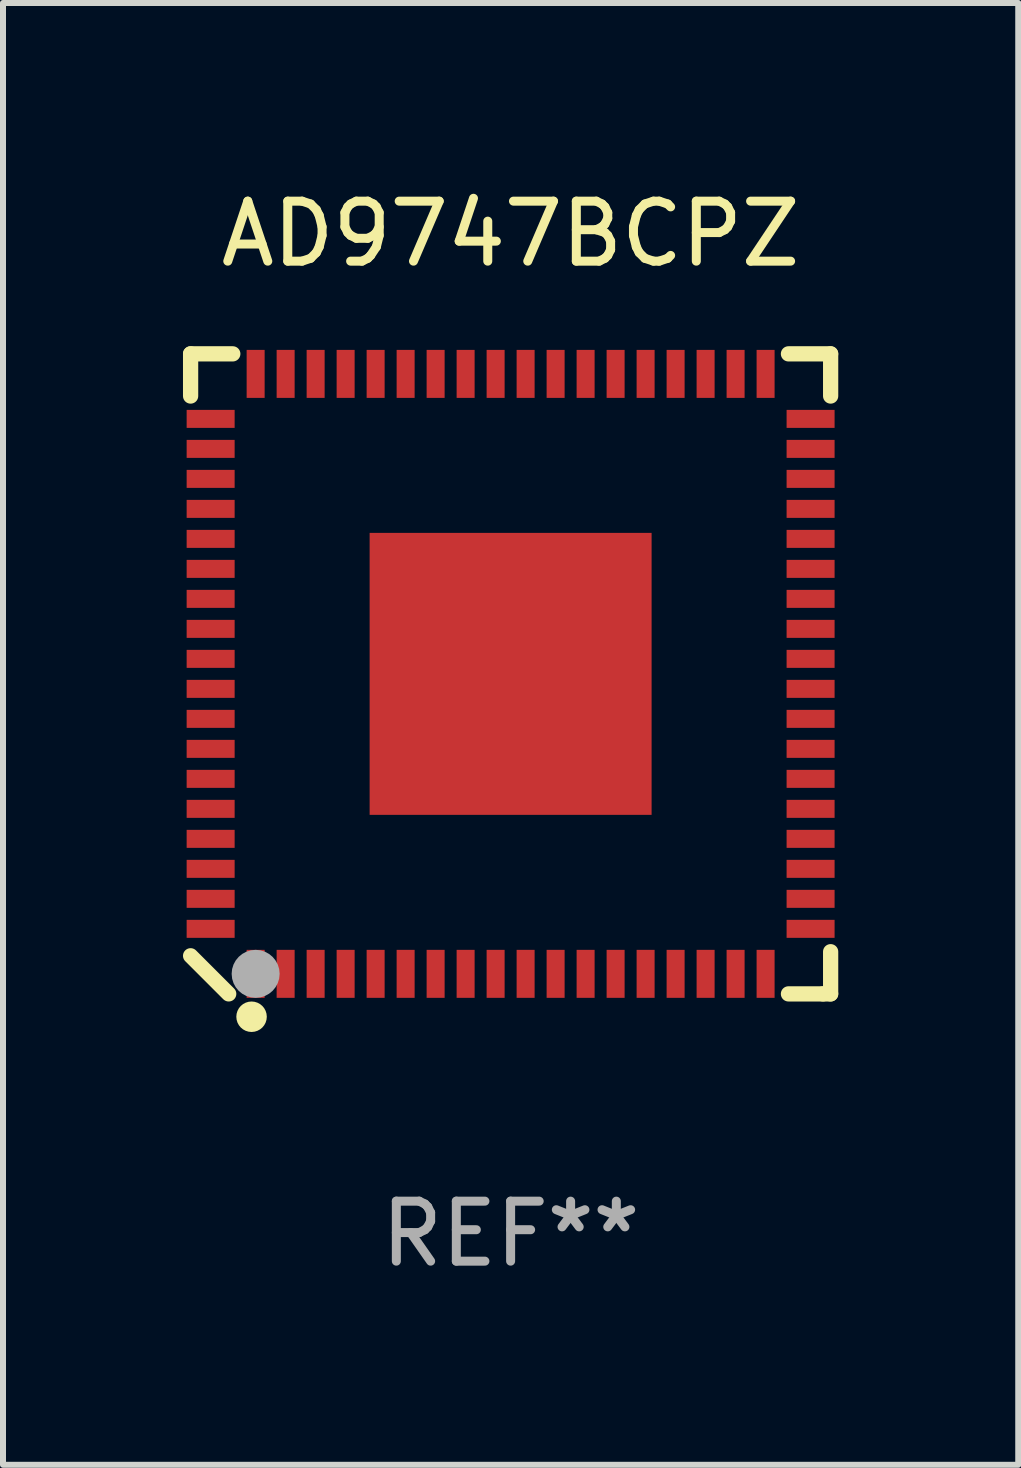
<source format=kicad_pcb>
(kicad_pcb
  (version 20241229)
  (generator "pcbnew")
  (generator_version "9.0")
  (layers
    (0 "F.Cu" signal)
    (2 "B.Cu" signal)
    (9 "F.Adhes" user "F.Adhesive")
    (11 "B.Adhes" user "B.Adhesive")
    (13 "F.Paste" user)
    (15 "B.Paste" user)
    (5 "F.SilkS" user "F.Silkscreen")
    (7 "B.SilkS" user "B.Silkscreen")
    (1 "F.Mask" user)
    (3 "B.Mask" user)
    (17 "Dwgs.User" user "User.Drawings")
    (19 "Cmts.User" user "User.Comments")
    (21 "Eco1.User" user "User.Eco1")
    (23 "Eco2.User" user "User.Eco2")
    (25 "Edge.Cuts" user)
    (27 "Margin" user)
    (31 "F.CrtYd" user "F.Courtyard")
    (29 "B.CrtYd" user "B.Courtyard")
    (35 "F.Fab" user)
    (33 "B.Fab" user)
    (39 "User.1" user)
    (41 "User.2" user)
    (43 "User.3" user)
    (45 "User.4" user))
  (footprint "AD9747BCPZ"
    (layer "F.Cu")
    (at 5.461 8.182)
    (property "Reference" "AD9747BCPZ" (at 0 -7.334 0) (layer "F.SilkS") (effects (font (size 1 1) (thickness 0.15))))
    (attr through_hole)
    (fp_line (start -5.334 -5.334) (end -4.631 -5.334) (stroke (width 0.254) (type solid)) (layer "F.SilkS"))
    (fp_line (start -5.334 -4.631) (end -5.334 -5.334) (stroke (width 0.254) (type solid)) (layer "F.SilkS"))
    (fp_line (start -5.334 4.699) (end -4.699 5.334) (stroke (width 0.254) (type solid)) (layer "F.SilkS"))
    (fp_line (start 4.631 5.334) (end 5.207 5.334) (stroke (width 0.254) (type solid)) (layer "F.SilkS"))
    (fp_line (start 5.207 5.334) (end 5.334 5.334) (stroke (width 0.254) (type solid)) (layer "F.SilkS"))
    (fp_line (start 5.334 -5.334) (end 4.631 -5.334) (stroke (width 0.254) (type solid)) (layer "F.SilkS"))
    (fp_line (start 5.334 -4.631) (end 5.334 -5.334) (stroke (width 0.254) (type solid)) (layer "F.SilkS"))
    (fp_line (start 5.334 5.334) (end 5.334 4.631) (stroke (width 0.254) (type solid)) (layer "F.SilkS"))
    (fp_circle (center -5 5) (end -4.97 5) (stroke (width 0.06) (type solid)) (fill no) (layer "F.SilkS"))
    (fp_circle (center -4.318 5.715) (end -4.191 5.715) (stroke (width 0.254) (type solid)) (fill no) (layer "F.SilkS"))
    (fp_circle (center -4.25 5) (end -4.05 5) (stroke (width 0.4) (type solid)) (fill no) (layer "F.Fab"))
    (fp_text user "REF**" (at 0 9.334 0) (layer "F.Fab") (effects (font (size 1 1) (thickness 0.15))))
    (pad "1" smd rect (at -4.25 5 90) (size 0.8 0.3) (layers "F.Cu" "F.Mask" "F.Paste"))
    (pad "2" smd rect (at -3.75 5 90) (size 0.8 0.3) (layers "F.Cu" "F.Mask" "F.Paste"))
    (pad "3" smd rect (at -3.25 5 90) (size 0.8 0.3) (layers "F.Cu" "F.Mask" "F.Paste"))
    (pad "4" smd rect (at -2.75 5 90) (size 0.8 0.3) (layers "F.Cu" "F.Mask" "F.Paste"))
    (pad "5" smd rect (at -2.25 5 90) (size 0.8 0.3) (layers "F.Cu" "F.Mask" "F.Paste"))
    (pad "6" smd rect (at -1.75 5 90) (size 0.8 0.3) (layers "F.Cu" "F.Mask" "F.Paste"))
    (pad "7" smd rect (at -1.25 5 90) (size 0.8 0.3) (layers "F.Cu" "F.Mask" "F.Paste"))
    (pad "8" smd rect (at -0.75 5 90) (size 0.8 0.3) (layers "F.Cu" "F.Mask" "F.Paste"))
    (pad "9" smd rect (at -0.25 5 90) (size 0.8 0.3) (layers "F.Cu" "F.Mask" "F.Paste"))
    (pad "10" smd rect (at 0.25 5 90) (size 0.8 0.3) (layers "F.Cu" "F.Mask" "F.Paste"))
    (pad "11" smd rect (at 0.75 5 90) (size 0.8 0.3) (layers "F.Cu" "F.Mask" "F.Paste"))
    (pad "12" smd rect (at 1.25 5 90) (size 0.8 0.3) (layers "F.Cu" "F.Mask" "F.Paste"))
    (pad "13" smd rect (at 1.75 5 90) (size 0.8 0.3) (layers "F.Cu" "F.Mask" "F.Paste"))
    (pad "14" smd rect (at 2.25 5 90) (size 0.8 0.3) (layers "F.Cu" "F.Mask" "F.Paste"))
    (pad "15" smd rect (at 2.75 5 90) (size 0.8 0.3) (layers "F.Cu" "F.Mask" "F.Paste"))
    (pad "16" smd rect (at 3.25 5 90) (size 0.8 0.3) (layers "F.Cu" "F.Mask" "F.Paste"))
    (pad "17" smd rect (at 3.75 5 90) (size 0.8 0.3) (layers "F.Cu" "F.Mask" "F.Paste"))
    (pad "18" smd rect (at 4.25 5 90) (size 0.8 0.3) (layers "F.Cu" "F.Mask" "F.Paste"))
    (pad "19" smd rect (at 5 4.25 180) (size 0.8 0.3) (layers "F.Cu" "F.Mask" "F.Paste"))
    (pad "20" smd rect (at 5 3.75 180) (size 0.8 0.3) (layers "F.Cu" "F.Mask" "F.Paste"))
    (pad "21" smd rect (at 5 3.25 180) (size 0.8 0.3) (layers "F.Cu" "F.Mask" "F.Paste"))
    (pad "22" smd rect (at 5 2.75 180) (size 0.8 0.3) (layers "F.Cu" "F.Mask" "F.Paste"))
    (pad "23" smd rect (at 5 2.25 180) (size 0.8 0.3) (layers "F.Cu" "F.Mask" "F.Paste"))
    (pad "24" smd rect (at 5 1.75 180) (size 0.8 0.3) (layers "F.Cu" "F.Mask" "F.Paste"))
    (pad "25" smd rect (at 5 1.25 180) (size 0.8 0.3) (layers "F.Cu" "F.Mask" "F.Paste"))
    (pad "26" smd rect (at 5 0.75 180) (size 0.8 0.3) (layers "F.Cu" "F.Mask" "F.Paste"))
    (pad "27" smd rect (at 5 0.25 180) (size 0.8 0.3) (layers "F.Cu" "F.Mask" "F.Paste"))
    (pad "28" smd rect (at 5 -0.25 180) (size 0.8 0.3) (layers "F.Cu" "F.Mask" "F.Paste"))
    (pad "29" smd rect (at 5 -0.75 180) (size 0.8 0.3) (layers "F.Cu" "F.Mask" "F.Paste"))
    (pad "30" smd rect (at 5 -1.25 180) (size 0.8 0.3) (layers "F.Cu" "F.Mask" "F.Paste"))
    (pad "31" smd rect (at 5 -1.75 180) (size 0.8 0.3) (layers "F.Cu" "F.Mask" "F.Paste"))
    (pad "32" smd rect (at 5 -2.25 180) (size 0.8 0.3) (layers "F.Cu" "F.Mask" "F.Paste"))
    (pad "33" smd rect (at 5 -2.75 180) (size 0.8 0.3) (layers "F.Cu" "F.Mask" "F.Paste"))
    (pad "34" smd rect (at 5 -3.25 180) (size 0.8 0.3) (layers "F.Cu" "F.Mask" "F.Paste"))
    (pad "35" smd rect (at 5 -3.75 180) (size 0.8 0.3) (layers "F.Cu" "F.Mask" "F.Paste"))
    (pad "36" smd rect (at 5 -4.25 180) (size 0.8 0.3) (layers "F.Cu" "F.Mask" "F.Paste"))
    (pad "37" smd rect (at 4.25 -5 270) (size 0.8 0.3) (layers "F.Cu" "F.Mask" "F.Paste"))
    (pad "38" smd rect (at 3.75 -5 270) (size 0.8 0.3) (layers "F.Cu" "F.Mask" "F.Paste"))
    (pad "39" smd rect (at 3.25 -5 270) (size 0.8 0.3) (layers "F.Cu" "F.Mask" "F.Paste"))
    (pad "40" smd rect (at 2.75 -5 270) (size 0.8 0.3) (layers "F.Cu" "F.Mask" "F.Paste"))
    (pad "41" smd rect (at 2.25 -5 270) (size 0.8 0.3) (layers "F.Cu" "F.Mask" "F.Paste"))
    (pad "42" smd rect (at 1.75 -5 270) (size 0.8 0.3) (layers "F.Cu" "F.Mask" "F.Paste"))
    (pad "43" smd rect (at 1.25 -5 270) (size 0.8 0.3) (layers "F.Cu" "F.Mask" "F.Paste"))
    (pad "44" smd rect (at 0.75 -5 270) (size 0.8 0.3) (layers "F.Cu" "F.Mask" "F.Paste"))
    (pad "45" smd rect (at 0.25 -5 270) (size 0.8 0.3) (layers "F.Cu" "F.Mask" "F.Paste"))
    (pad "46" smd rect (at -0.25 -5 270) (size 0.8 0.3) (layers "F.Cu" "F.Mask" "F.Paste"))
    (pad "47" smd rect (at -0.75 -5 270) (size 0.8 0.3) (layers "F.Cu" "F.Mask" "F.Paste"))
    (pad "48" smd rect (at -1.25 -5 270) (size 0.8 0.3) (layers "F.Cu" "F.Mask" "F.Paste"))
    (pad "49" smd rect (at -1.75 -5 270) (size 0.8 0.3) (layers "F.Cu" "F.Mask" "F.Paste"))
    (pad "50" smd rect (at -2.25 -5 270) (size 0.8 0.3) (layers "F.Cu" "F.Mask" "F.Paste"))
    (pad "51" smd rect (at -2.75 -5 270) (size 0.8 0.3) (layers "F.Cu" "F.Mask" "F.Paste"))
    (pad "52" smd rect (at -3.25 -5 270) (size 0.8 0.3) (layers "F.Cu" "F.Mask" "F.Paste"))
    (pad "53" smd rect (at -3.75 -5 270) (size 0.8 0.3) (layers "F.Cu" "F.Mask" "F.Paste"))
    (pad "54" smd rect (at -4.25 -5 270) (size 0.8 0.3) (layers "F.Cu" "F.Mask" "F.Paste"))
    (pad "55" smd rect (at -5 -4.25) (size 0.8 0.3) (layers "F.Cu" "F.Mask" "F.Paste"))
    (pad "56" smd rect (at -5 -3.75) (size 0.8 0.3) (layers "F.Cu" "F.Mask" "F.Paste"))
    (pad "57" smd rect (at -5 -3.25) (size 0.8 0.3) (layers "F.Cu" "F.Mask" "F.Paste"))
    (pad "58" smd rect (at -5 -2.75) (size 0.8 0.3) (layers "F.Cu" "F.Mask" "F.Paste"))
    (pad "59" smd rect (at -5 -2.25) (size 0.8 0.3) (layers "F.Cu" "F.Mask" "F.Paste"))
    (pad "60" smd rect (at -5 -1.75) (size 0.8 0.3) (layers "F.Cu" "F.Mask" "F.Paste"))
    (pad "61" smd rect (at -5 -1.25) (size 0.8 0.3) (layers "F.Cu" "F.Mask" "F.Paste"))
    (pad "62" smd rect (at -5 -0.75) (size 0.8 0.3) (layers "F.Cu" "F.Mask" "F.Paste"))
    (pad "63" smd rect (at -5 -0.25) (size 0.8 0.3) (layers "F.Cu" "F.Mask" "F.Paste"))
    (pad "64" smd rect (at -5 0.25) (size 0.8 0.3) (layers "F.Cu" "F.Mask" "F.Paste"))
    (pad "65" smd rect (at -5 0.75) (size 0.8 0.3) (layers "F.Cu" "F.Mask" "F.Paste"))
    (pad "66" smd rect (at -5 1.25) (size 0.8 0.3) (layers "F.Cu" "F.Mask" "F.Paste"))
    (pad "67" smd rect (at -5 1.75) (size 0.8 0.3) (layers "F.Cu" "F.Mask" "F.Paste"))
    (pad "68" smd rect (at -5 2.25) (size 0.8 0.3) (layers "F.Cu" "F.Mask" "F.Paste"))
    (pad "69" smd rect (at -5 2.75) (size 0.8 0.3) (layers "F.Cu" "F.Mask" "F.Paste"))
    (pad "70" smd rect (at -5 3.25) (size 0.8 0.3) (layers "F.Cu" "F.Mask" "F.Paste"))
    (pad "71" smd rect (at -5 3.75) (size 0.8 0.3) (layers "F.Cu" "F.Mask" "F.Paste"))
    (pad "72" smd rect (at -5 4.25) (size 0.8 0.3) (layers "F.Cu" "F.Mask" "F.Paste"))
    (pad "73" smd rect (at -0.000127 0 180) (size 4.7 4.7) (layers "F.Cu" "F.Mask" "F.Paste")))
  (gr_rect
    (start -3 -3)
    (end 13.922 21.365)
    (stroke (width 0.1) (type default))
    (fill no)
    (layer "Edge.Cuts")))
</source>
